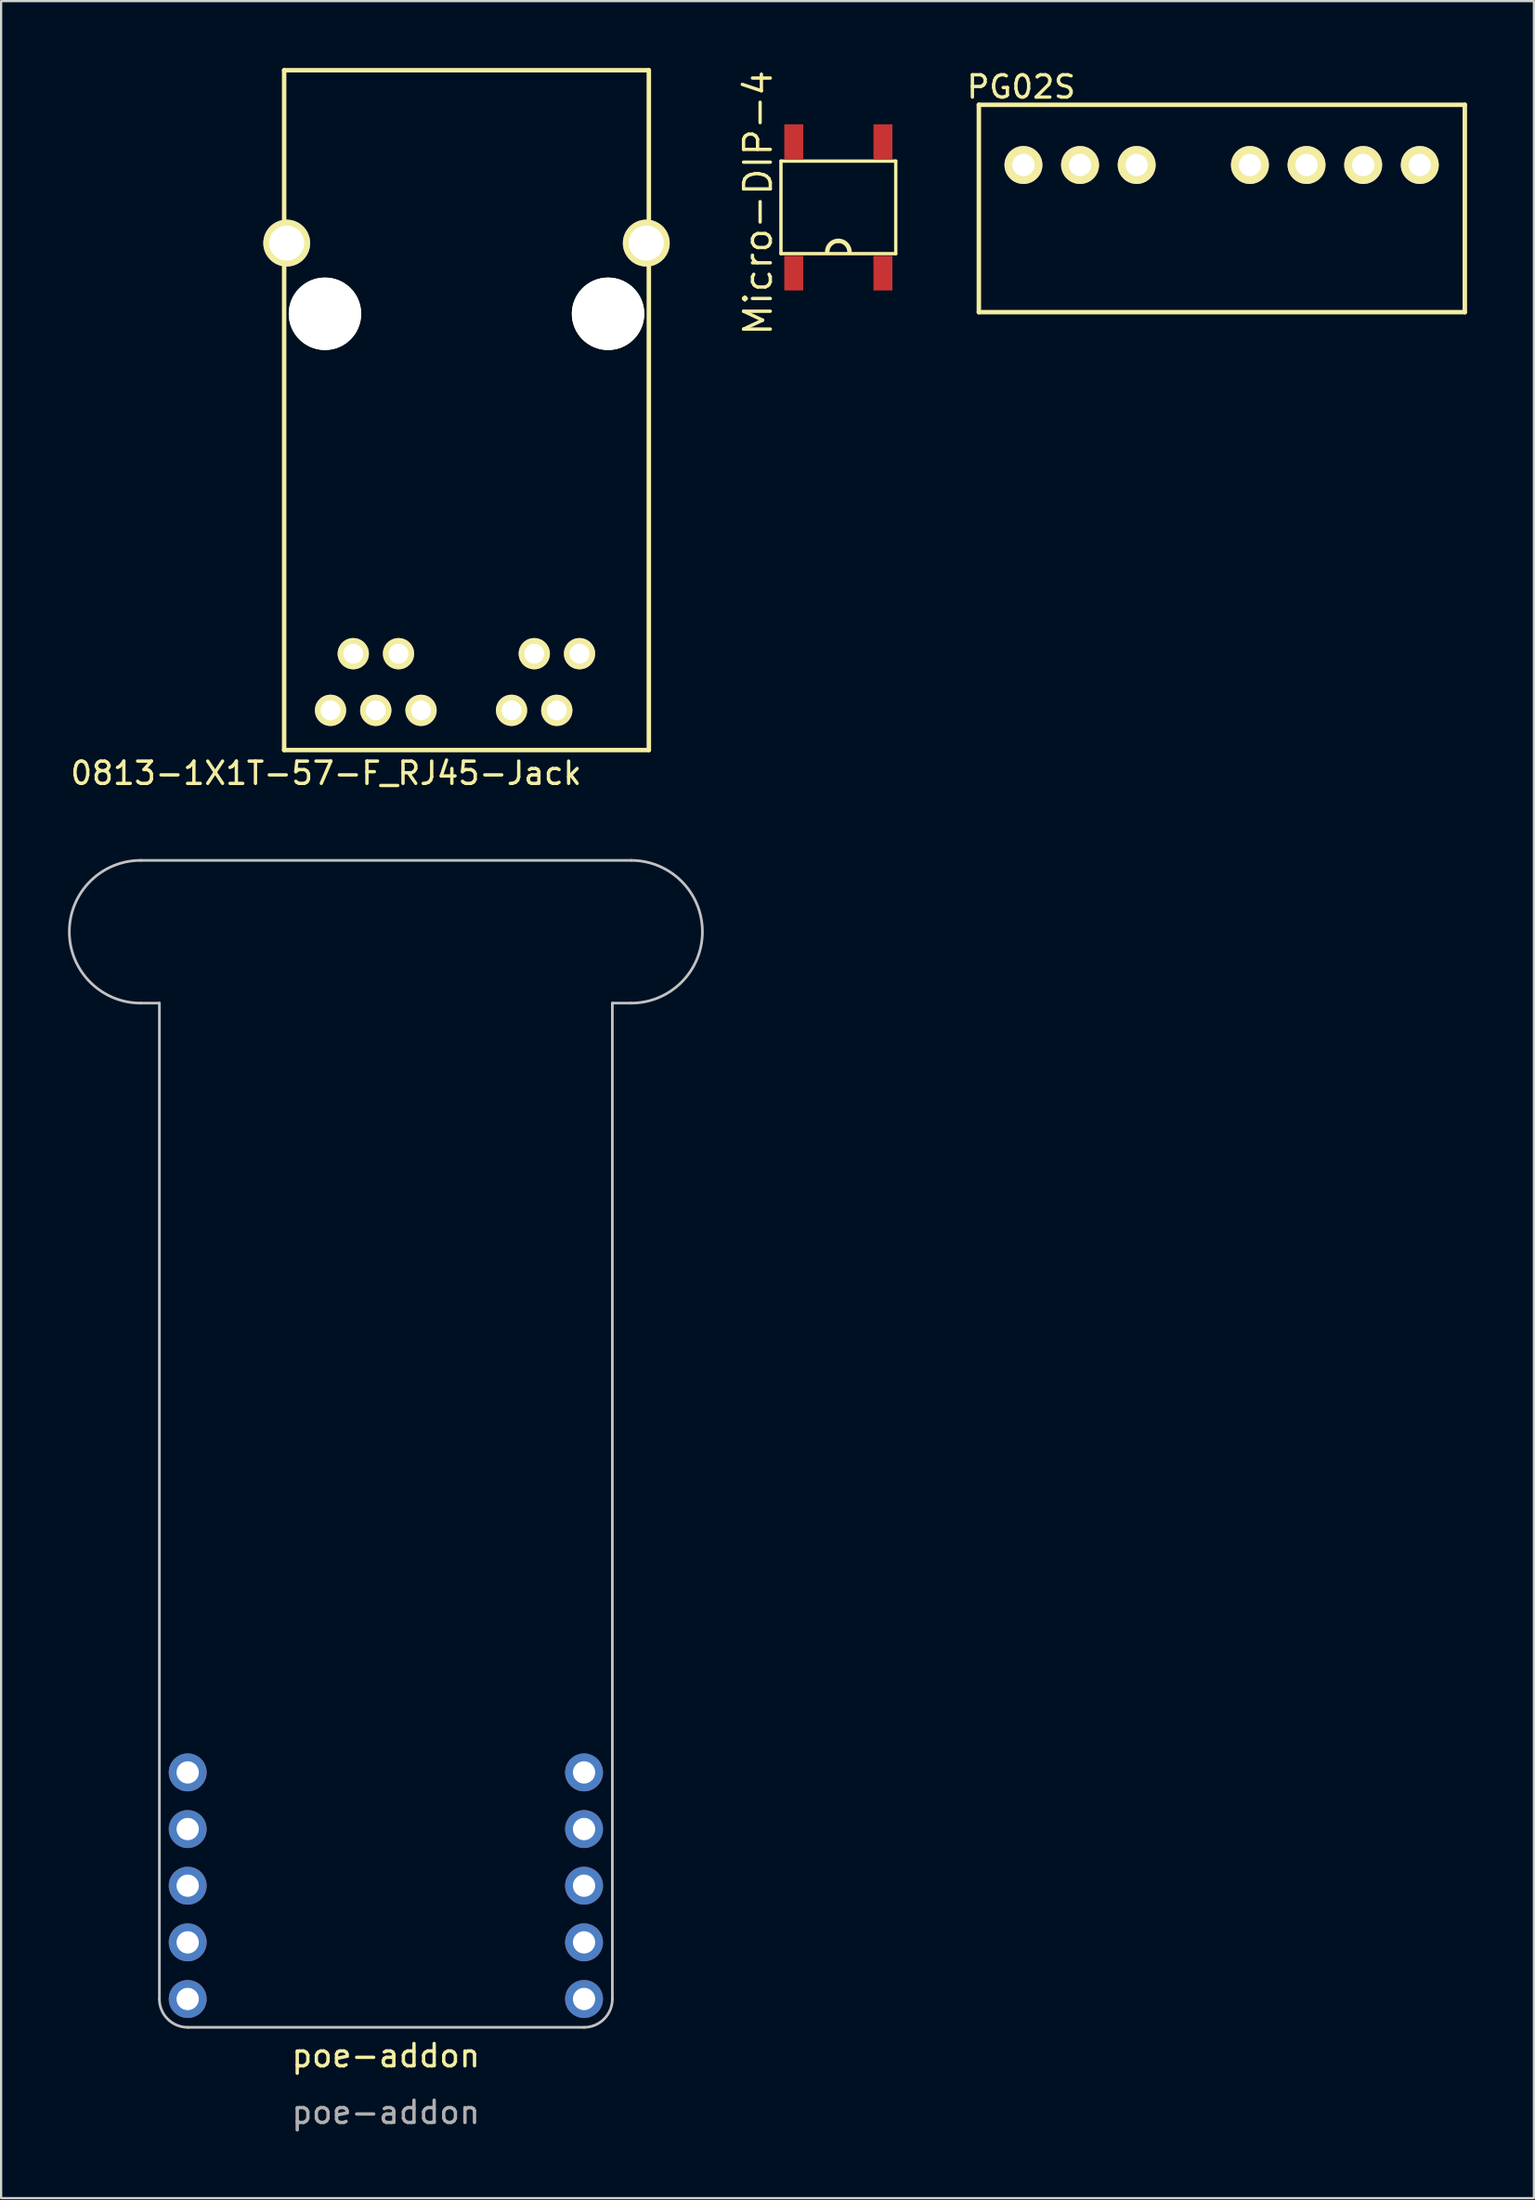
<source format=kicad_pcb>
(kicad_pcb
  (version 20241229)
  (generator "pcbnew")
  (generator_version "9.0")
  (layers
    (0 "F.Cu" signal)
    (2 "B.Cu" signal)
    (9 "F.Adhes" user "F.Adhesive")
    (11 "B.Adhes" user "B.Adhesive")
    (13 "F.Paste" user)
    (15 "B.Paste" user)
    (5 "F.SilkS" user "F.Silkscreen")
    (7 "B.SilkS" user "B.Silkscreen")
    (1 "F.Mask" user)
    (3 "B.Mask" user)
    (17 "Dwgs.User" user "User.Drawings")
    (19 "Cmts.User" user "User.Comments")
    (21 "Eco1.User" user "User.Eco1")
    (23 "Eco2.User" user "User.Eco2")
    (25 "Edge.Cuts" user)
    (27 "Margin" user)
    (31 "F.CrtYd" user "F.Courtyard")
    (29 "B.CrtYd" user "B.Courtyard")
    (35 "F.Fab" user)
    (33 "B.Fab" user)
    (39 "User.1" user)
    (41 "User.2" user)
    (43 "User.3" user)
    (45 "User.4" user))
  (footprint "poe-addon"
    (layer "F.Cu")
    (at 14.26 81.502)
    (property "Reference" "poe-addon" (at 0 7.62 0) (unlocked yes) (layer "F.SilkS") (effects (font (size 1 1) (thickness 0.15))))
    (attr through_hole)
    (fp_line (start -11 -45.974) (end 11 -45.974) (stroke (width 0.12) (type solid)) (layer "Dwgs.User"))
    (fp_line (start -10.16 -39.574) (end -11 -39.574) (stroke (width 0.12) (type solid)) (layer "Dwgs.User"))
    (fp_line (start -10.16 5.08) (end -10.16 -39.574) (stroke (width 0.12) (type solid)) (layer "Dwgs.User"))
    (fp_line (start -8.89 6.35) (end 8.89 6.35) (stroke (width 0.12) (type solid)) (layer "Dwgs.User"))
    (fp_line (start 10.16 -39.574) (end 11 -39.574) (stroke (width 0.12) (type solid)) (layer "Dwgs.User"))
    (fp_line (start 10.16 5.08) (end 10.16 -39.574) (stroke (width 0.12) (type solid)) (layer "Dwgs.User"))
    (fp_arc (start -11 -39.574) (mid -14.2 -42.774) (end -11 -45.974) (stroke (width 0.12) (type solid)) (layer "Dwgs.User"))
    (fp_arc (start -8.89 6.35) (mid -9.788026 5.978026) (end -10.16 5.08) (stroke (width 0.12) (type solid)) (layer "Dwgs.User"))
    (fp_arc (start 10.16 5.08) (mid 9.788026 5.978026) (end 8.89 6.35) (stroke (width 0.12) (type solid)) (layer "Dwgs.User"))
    (fp_arc (start 11 -45.974) (mid 14.2 -42.774) (end 11 -39.574) (stroke (width 0.12) (type solid)) (layer "Dwgs.User"))
    (fp_text user "${REFERENCE}" (at 0 10.16 0) (unlocked yes) (layer "F.Fab") (effects (font (size 1 1) (thickness 0.15))))
    (pad "1" thru_hole circle (at -8.89 -5.08) (size 1.7 1.7) (drill 1) (layers "*.Cu" "*.Mask"))
    (pad "2" thru_hole circle (at -8.89 -2.54) (size 1.7 1.7) (drill 1) (layers "*.Cu" "*.Mask"))
    (pad "3" thru_hole circle (at -8.89 0) (size 1.7 1.7) (drill 1) (layers "*.Cu" "*.Mask"))
    (pad "4" thru_hole circle (at -8.89 2.54) (size 1.7 1.7) (drill 1) (layers "*.Cu" "*.Mask"))
    (pad "5" thru_hole circle (at -8.89 5.08) (size 1.7 1.7) (drill 1) (layers "*.Cu" "*.Mask"))
    (pad "6" thru_hole circle (at 8.89 5.08) (size 1.7 1.7) (drill 1) (layers "*.Cu" "*.Mask"))
    (pad "7" thru_hole circle (at 8.89 2.54) (size 1.7 1.7) (drill 1) (layers "*.Cu" "*.Mask"))
    (pad "8" thru_hole circle (at 8.89 0) (size 1.7 1.7) (drill 1) (layers "*.Cu" "*.Mask"))
    (pad "9" thru_hole circle (at 8.89 -2.54) (size 1.7 1.7) (drill 1) (layers "*.Cu" "*.Mask"))
    (pad "10" thru_hole circle (at 8.89 -5.08) (size 1.7 1.7) (drill 1) (layers "*.Cu" "*.Mask")))
  (footprint "0813-1X1T-57-F_RJ45-Jack"
    (layer "F.Cu")
    (at 17.877 11.02)
    (property "Reference" "0813-1X1T-57-F_RJ45-Jack" (at -6.3 20.6 0) (layer "F.SilkS") (effects (font (size 1 1) (thickness 0.15))))
    (attr through_hole)
    (fp_line (start -8.18 -10.92) (end -8.18 19.56) (stroke (width 0.2) (type solid)) (layer "F.SilkS"))
    (fp_line (start -8.18 -10.92) (end 8.18 -10.92) (stroke (width 0.2) (type solid)) (layer "F.SilkS"))
    (fp_line (start -8.18 19.56) (end 8.18 19.56) (stroke (width 0.2) (type solid)) (layer "F.SilkS"))
    (fp_line (start 8.18 -10.92) (end 8.18 19.56) (stroke (width 0.2) (type solid)) (layer "F.SilkS"))
    (pad "" thru_hole circle (at -8.065 -3.17) (size 2.1 2.1) (drill 1.57) (layers "*.Cu" "*.Mask" "F.SilkS"))
    (pad "" np_thru_hole circle (at -6.35 0) (size 3.25 3.25) (drill 3.25) (layers "*.Cu" "*.Mask" "F.SilkS"))
    (pad "" np_thru_hole circle (at 6.35 0) (size 3.25 3.25) (drill 3.25) (layers "*.Cu" "*.Mask" "F.SilkS"))
    (pad "" thru_hole circle (at 8.065 -3.17) (size 2.1 2.1) (drill 1.57) (layers "*.Cu" "*.Mask" "F.SilkS"))
    (pad "1" thru_hole circle (at -5.08 15.24) (size 1.4 1.4) (drill 0.89) (layers "*.Cu" "*.Mask" "F.SilkS"))
    (pad "2" thru_hole circle (at -3.05 15.24) (size 1.4 1.4) (drill 0.89) (layers "*.Cu" "*.Mask" "F.SilkS"))
    (pad "5" thru_hole circle (at 3.04 15.24) (size 1.4 1.4) (drill 0.89) (layers "*.Cu" "*.Mask" "F.SilkS"))
    (pad "6" thru_hole circle (at 5.07 15.24) (size 1.4 1.4) (drill 0.89) (layers "*.Cu" "*.Mask" "F.SilkS"))
    (pad "7" thru_hole circle (at -6.1 17.78) (size 1.4 1.4) (drill 0.89) (layers "*.Cu" "*.Mask" "F.SilkS"))
    (pad "8" thru_hole circle (at -4.07 17.78) (size 1.4 1.4) (drill 0.89) (layers "*.Cu" "*.Mask" "F.SilkS"))
    (pad "9" thru_hole circle (at -2.04 17.78) (size 1.4 1.4) (drill 0.89) (layers "*.Cu" "*.Mask" "F.SilkS"))
    (pad "10" thru_hole circle (at 2.02 17.78) (size 1.4 1.4) (drill 0.89) (layers "*.Cu" "*.Mask" "F.SilkS"))
    (pad "11" thru_hole circle (at 4.05 17.78) (size 1.4 1.4) (drill 0.89) (layers "*.Cu" "*.Mask" "F.SilkS")))
  (footprint "Micro-DIP-4"
    (layer "F.Cu")
    (at 34.558 6.248)
    (property "Reference" "Micro-DIP-4" (at -3.6 -0.2 270) (layer "F.SilkS") (effects (font (size 1.2 1.2) (thickness 0.15))))
    (attr through_hole)
    (fp_line (start -2.575 -2.075) (end 2.575 -2.075) (stroke (width 0.15) (type solid)) (layer "F.SilkS"))
    (fp_line (start -2.575 2.075) (end -2.575 -2.075) (stroke (width 0.15) (type solid)) (layer "F.SilkS"))
    (fp_line (start 2.575 -2.075) (end 2.575 2.075) (stroke (width 0.15) (type solid)) (layer "F.SilkS"))
    (fp_line (start 2.575 2.075) (end -2.575 2.075) (stroke (width 0.15) (type solid)) (layer "F.SilkS"))
    (fp_arc (start -0.5 2) (mid -0.353553 1.646447) (end 0 1.5) (stroke (width 0.2) (type solid)) (layer "F.SilkS"))
    (fp_arc (start 0 1.5) (mid 0.353553 1.646447) (end 0.5 2) (stroke (width 0.2) (type solid)) (layer "F.SilkS"))
    (pad "1" smd rect (at -2 2.95) (size 0.85 1.55) (layers "F.Cu" "F.Mask" "F.Paste"))
    (pad "2" smd rect (at 2 2.95) (size 0.85 1.55) (layers "F.Cu" "F.Mask" "F.Paste"))
    (pad "3" smd rect (at 2 -2.95) (size 0.85 1.55) (layers "F.Cu" "F.Mask" "F.Paste"))
    (pad "4" smd rect (at -2 -2.95) (size 0.85 1.55) (layers "F.Cu" "F.Mask" "F.Paste")))
  (footprint "PG02S"
    (layer "F.Cu")
    (at 42.861 4.348)
    (property "Reference" "PG02S" (at -0.1 -3.5 0) (layer "F.SilkS") (effects (font (size 1 1) (thickness 0.15))))
    (attr through_hole)
    (fp_line (start -2 -2.7) (end 19.8 -2.7) (stroke (width 0.2) (type solid)) (layer "F.SilkS"))
    (fp_line (start -2 6.6) (end -2 -2.7) (stroke (width 0.2) (type solid)) (layer "F.SilkS"))
    (fp_line (start 19.8 -2.7) (end 19.8 6.6) (stroke (width 0.2) (type solid)) (layer "F.SilkS"))
    (fp_line (start 19.8 6.6) (end -2 6.6) (stroke (width 0.2) (type solid)) (layer "F.SilkS"))
    (pad "1" thru_hole circle (at 0 0) (size 1.7 1.7) (drill 1) (layers "*.Cu" "*.Mask" "F.SilkS"))
    (pad "2" thru_hole circle (at 2.54 0) (size 1.7 1.7) (drill 1) (layers "*.Cu" "*.Mask" "F.SilkS"))
    (pad "3" thru_hole circle (at 5.08 0) (size 1.7 1.7) (drill 1) (layers "*.Cu" "*.Mask" "F.SilkS"))
    (pad "5" thru_hole circle (at 10.16 0) (size 1.7 1.7) (drill 1) (layers "*.Cu" "*.Mask" "F.SilkS"))
    (pad "6" thru_hole circle (at 12.7 0) (size 1.7 1.7) (drill 1) (layers "*.Cu" "*.Mask" "F.SilkS"))
    (pad "7" thru_hole circle (at 15.24 0) (size 1.7 1.7) (drill 1) (layers "*.Cu" "*.Mask" "F.SilkS"))
    (pad "8" thru_hole circle (at 17.78 0) (size 1.7 1.7) (drill 1) (layers "*.Cu" "*.Mask" "F.SilkS")))
  (gr_rect
    (start -3 -3)
    (end 65.761 95.51)
    (stroke (width 0.1) (type default))
    (fill no)
    (layer "Edge.Cuts")))
</source>
